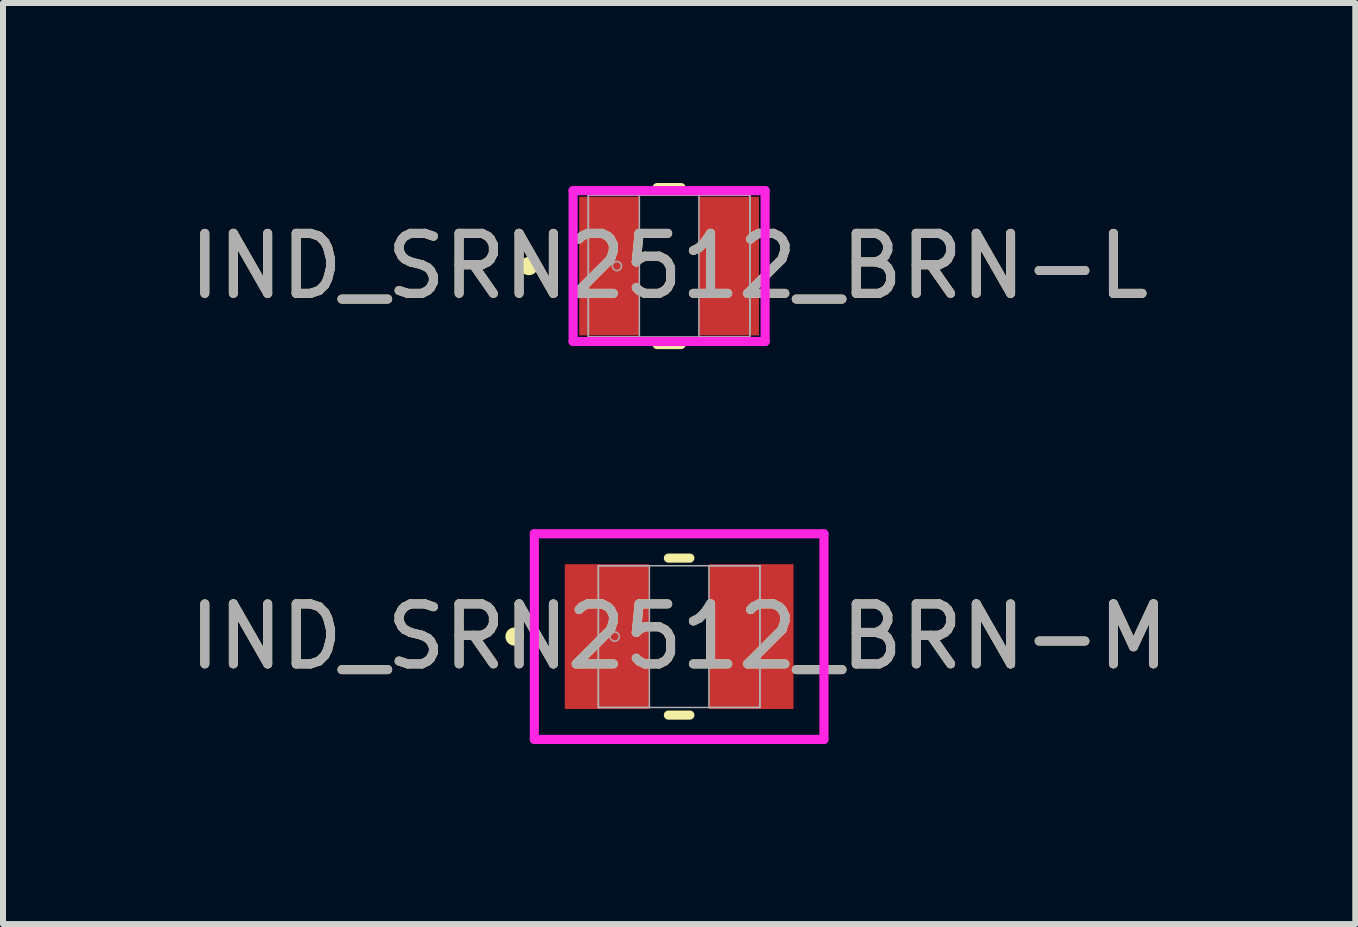
<source format=kicad_pcb>
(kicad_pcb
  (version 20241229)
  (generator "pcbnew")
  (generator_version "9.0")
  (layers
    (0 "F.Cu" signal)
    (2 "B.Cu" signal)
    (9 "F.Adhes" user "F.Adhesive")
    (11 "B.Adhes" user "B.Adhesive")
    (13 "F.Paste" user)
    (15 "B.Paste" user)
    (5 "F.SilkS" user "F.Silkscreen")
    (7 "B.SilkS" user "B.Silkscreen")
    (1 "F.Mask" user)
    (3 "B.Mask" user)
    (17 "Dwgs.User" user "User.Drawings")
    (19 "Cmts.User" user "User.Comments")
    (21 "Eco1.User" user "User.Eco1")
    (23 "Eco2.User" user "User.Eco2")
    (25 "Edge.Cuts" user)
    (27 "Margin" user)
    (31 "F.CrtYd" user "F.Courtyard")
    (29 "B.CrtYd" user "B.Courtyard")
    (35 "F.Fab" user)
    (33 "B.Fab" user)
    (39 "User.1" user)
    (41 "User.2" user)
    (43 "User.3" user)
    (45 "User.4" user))
  (footprint "IND_SRN2512_BRN-M"
    (layer "F.Cu")
    (at 8.268 7.559)
    (property "Reference" "IND_SRN2512_BRN-M" (at 0 0 0) (unlocked yes) (layer "F.SilkS") (effects (font (size 1 1) (thickness 0.15))))
    (attr smd)
    (fp_line (start -0.179 1.308) (end 0.179 1.308) (stroke (width 0.152) (type solid)) (layer "F.SilkS"))
    (fp_line (start 0.179 -1.308) (end -0.179 -1.308) (stroke (width 0.152) (type solid)) (layer "F.SilkS"))
    (fp_circle (center -2.743 0) (end -2.667 0) (stroke (width 0.152) (type solid)) (fill no) (layer "F.SilkS"))
    (fp_line (start -2.413 -1.714) (end 2.413 -1.714) (stroke (width 0.152) (type solid)) (layer "F.CrtYd"))
    (fp_line (start -2.413 1.714) (end -2.413 -1.714) (stroke (width 0.152) (type solid)) (layer "F.CrtYd"))
    (fp_line (start 2.413 -1.714) (end 2.413 1.714) (stroke (width 0.152) (type solid)) (layer "F.CrtYd"))
    (fp_line (start 2.413 1.714) (end -2.413 1.714) (stroke (width 0.152) (type solid)) (layer "F.CrtYd"))
    (fp_line (start -1.346 -1.181) (end -1.346 1.181) (stroke (width 0.025) (type solid)) (layer "F.Fab"))
    (fp_line (start -1.346 -1.181) (end -1.346 1.181) (stroke (width 0.025) (type solid)) (layer "F.Fab"))
    (fp_line (start -1.346 1.181) (end -0.496 1.181) (stroke (width 0.025) (type solid)) (layer "F.Fab"))
    (fp_line (start -1.346 1.181) (end 1.346 1.181) (stroke (width 0.025) (type solid)) (layer "F.Fab"))
    (fp_line (start -0.496 -1.181) (end -1.346 -1.181) (stroke (width 0.025) (type solid)) (layer "F.Fab"))
    (fp_line (start -0.496 1.181) (end -0.496 -1.181) (stroke (width 0.025) (type solid)) (layer "F.Fab"))
    (fp_line (start 0.496 -1.181) (end 0.496 1.181) (stroke (width 0.025) (type solid)) (layer "F.Fab"))
    (fp_line (start 0.496 1.181) (end 1.346 1.181) (stroke (width 0.025) (type solid)) (layer "F.Fab"))
    (fp_line (start 1.346 -1.181) (end -1.346 -1.181) (stroke (width 0.025) (type solid)) (layer "F.Fab"))
    (fp_line (start 1.346 -1.181) (end 0.496 -1.181) (stroke (width 0.025) (type solid)) (layer "F.Fab"))
    (fp_line (start 1.346 1.181) (end 1.346 -1.181) (stroke (width 0.025) (type solid)) (layer "F.Fab"))
    (fp_line (start 1.346 1.181) (end 1.346 -1.181) (stroke (width 0.025) (type solid)) (layer "F.Fab"))
    (fp_circle (center -1.074 0) (end -0.997 0) (stroke (width 0.025) (type solid)) (fill no) (layer "F.Fab"))
    (fp_text user "${REFERENCE}" (at 0 0 0) (unlocked yes) (layer "F.Fab") (effects (font (size 1 1) (thickness 0.15))))
    (pad "1" smd rect (at -1.201 0) (size 1.409 2.413) (layers "F.Cu" "F.Mask" "F.Paste"))
    (pad "2" smd rect (at 1.201 0) (size 1.409 2.413) (layers "F.Cu" "F.Mask" "F.Paste"))
    (zone (net_name "") (layer "F.Cu") (hatch full 0.508) (connect_pads) (min_thickness 0.254) (filled_areas_thickness no) (keepout (tracks not_allowed) (vias not_allowed) (pads allowed) (copperpour not_allowed) (footprints allowed)) (placement (enabled no)) (fill) (polygon (pts (xy 7.822 6.429) (xy 8.713 6.429) (xy 8.713 8.69) (xy 7.822 8.69)))))
  (footprint "IND_SRN2512_BRN-L"
    (layer "F.Cu")
    (at 8.101 1.384)
    (property "Reference" "IND_SRN2512_BRN-L" (at 0 0 0) (unlocked yes) (layer "F.SilkS") (effects (font (size 1 1) (thickness 0.15))))
    (attr smd)
    (fp_line (start -0.2 1.308) (end 0.2 1.308) (stroke (width 0.152) (type solid)) (layer "F.SilkS"))
    (fp_line (start 0.2 -1.308) (end -0.2 -1.308) (stroke (width 0.152) (type solid)) (layer "F.SilkS"))
    (fp_circle (center -2.337 0) (end -2.261 0) (stroke (width 0.152) (type solid)) (fill no) (layer "F.SilkS"))
    (fp_line (start -1.6 -1.257) (end 1.6 -1.257) (stroke (width 0.152) (type solid)) (layer "F.CrtYd"))
    (fp_line (start -1.6 1.257) (end -1.6 -1.257) (stroke (width 0.152) (type solid)) (layer "F.CrtYd"))
    (fp_line (start 1.6 -1.257) (end 1.6 1.257) (stroke (width 0.152) (type solid)) (layer "F.CrtYd"))
    (fp_line (start 1.6 1.257) (end -1.6 1.257) (stroke (width 0.152) (type solid)) (layer "F.CrtYd"))
    (fp_line (start -1.346 -1.181) (end -1.346 1.181) (stroke (width 0.025) (type solid)) (layer "F.Fab"))
    (fp_line (start -1.346 -1.181) (end -1.346 1.181) (stroke (width 0.025) (type solid)) (layer "F.Fab"))
    (fp_line (start -1.346 1.181) (end -0.496 1.181) (stroke (width 0.025) (type solid)) (layer "F.Fab"))
    (fp_line (start -1.346 1.181) (end 1.346 1.181) (stroke (width 0.025) (type solid)) (layer "F.Fab"))
    (fp_line (start -0.496 -1.181) (end -1.346 -1.181) (stroke (width 0.025) (type solid)) (layer "F.Fab"))
    (fp_line (start -0.496 1.181) (end -0.496 -1.181) (stroke (width 0.025) (type solid)) (layer "F.Fab"))
    (fp_line (start 0.496 -1.181) (end 0.496 1.181) (stroke (width 0.025) (type solid)) (layer "F.Fab"))
    (fp_line (start 0.496 1.181) (end 1.346 1.181) (stroke (width 0.025) (type solid)) (layer "F.Fab"))
    (fp_line (start 1.346 -1.181) (end -1.346 -1.181) (stroke (width 0.025) (type solid)) (layer "F.Fab"))
    (fp_line (start 1.346 -1.181) (end 0.496 -1.181) (stroke (width 0.025) (type solid)) (layer "F.Fab"))
    (fp_line (start 1.346 1.181) (end 1.346 -1.181) (stroke (width 0.025) (type solid)) (layer "F.Fab"))
    (fp_line (start 1.346 1.181) (end 1.346 -1.181) (stroke (width 0.025) (type solid)) (layer "F.Fab"))
    (fp_circle (center -0.87 0) (end -0.794 0) (stroke (width 0.025) (type solid)) (fill no) (layer "F.Fab"))
    (fp_text user "${REFERENCE}" (at 0 0 0) (unlocked yes) (layer "F.Fab") (effects (font (size 1 1) (thickness 0.15))))
    (pad "1" smd rect (at -0.997 0) (size 1.002 2.311) (layers "F.Cu" "F.Mask" "F.Paste"))
    (pad "2" smd rect (at 0.997 0) (size 1.002 2.311) (layers "F.Cu" "F.Mask" "F.Paste"))
    (zone (net_name "") (layer "F.Cu") (hatch full 0.508) (connect_pads) (min_thickness 0.254) (filled_areas_thickness no) (keepout (tracks not_allowed) (vias not_allowed) (pads allowed) (copperpour not_allowed) (footprints allowed)) (placement (enabled no)) (fill) (polygon (pts (xy 7.656 0.254) (xy 8.547 0.254) (xy 8.547 2.515) (xy 7.656 2.515)))))
  (gr_rect
    (start -3 -3)
    (end 19.536 12.35)
    (stroke (width 0.1) (type default))
    (fill no)
    (layer "Edge.Cuts")))
</source>
